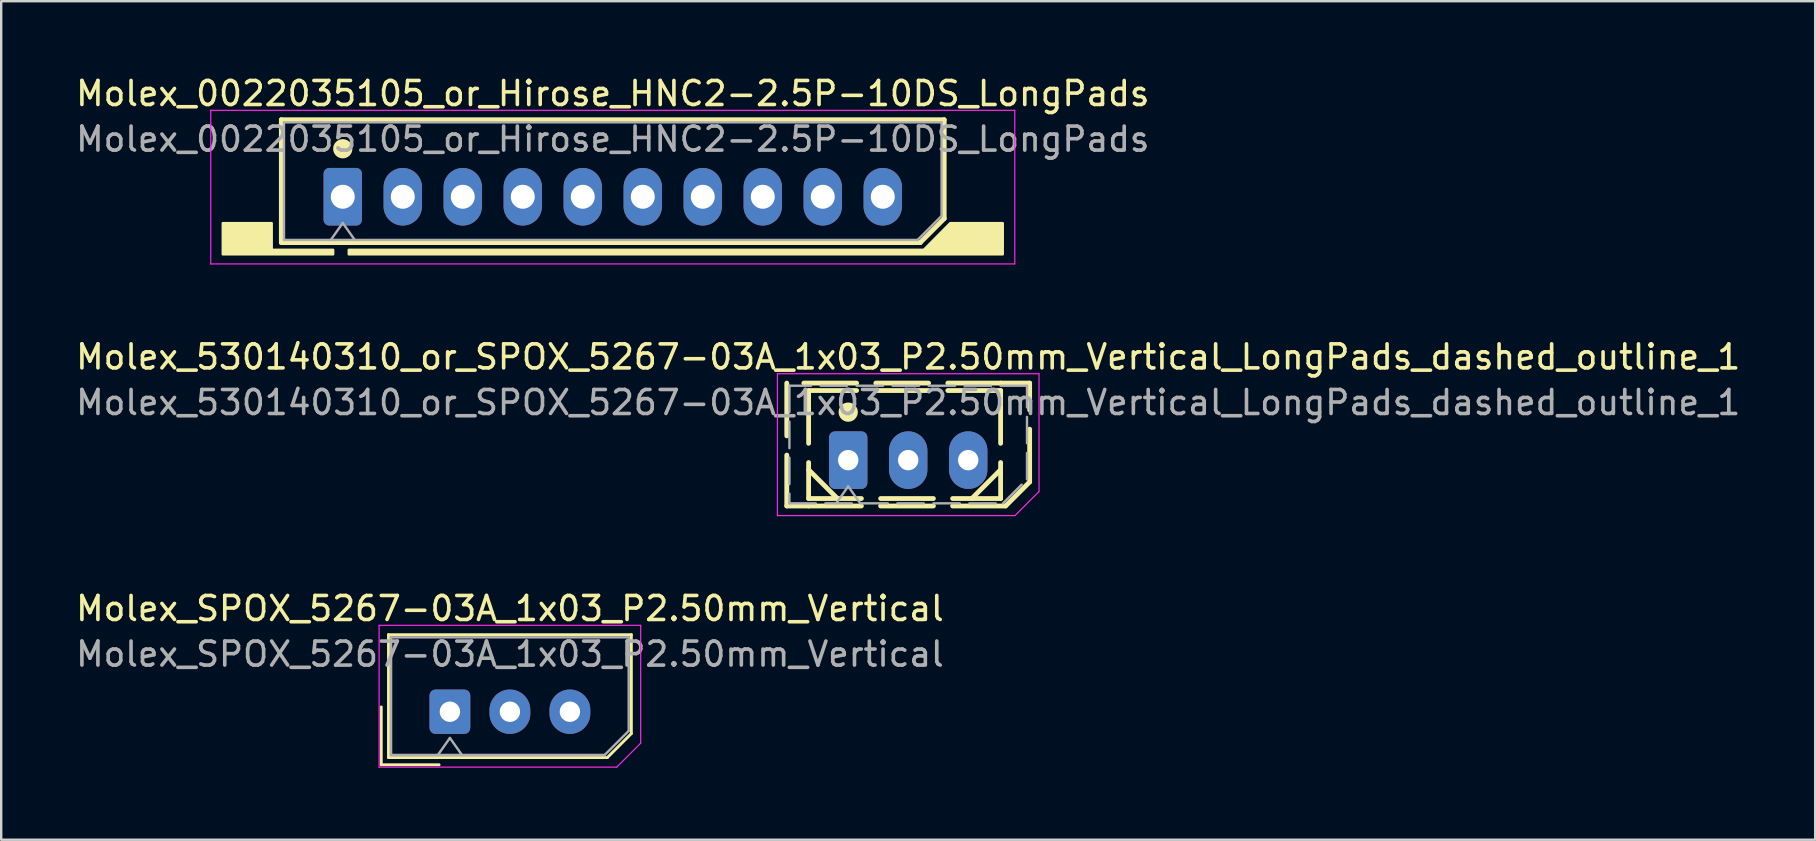
<source format=kicad_pcb>
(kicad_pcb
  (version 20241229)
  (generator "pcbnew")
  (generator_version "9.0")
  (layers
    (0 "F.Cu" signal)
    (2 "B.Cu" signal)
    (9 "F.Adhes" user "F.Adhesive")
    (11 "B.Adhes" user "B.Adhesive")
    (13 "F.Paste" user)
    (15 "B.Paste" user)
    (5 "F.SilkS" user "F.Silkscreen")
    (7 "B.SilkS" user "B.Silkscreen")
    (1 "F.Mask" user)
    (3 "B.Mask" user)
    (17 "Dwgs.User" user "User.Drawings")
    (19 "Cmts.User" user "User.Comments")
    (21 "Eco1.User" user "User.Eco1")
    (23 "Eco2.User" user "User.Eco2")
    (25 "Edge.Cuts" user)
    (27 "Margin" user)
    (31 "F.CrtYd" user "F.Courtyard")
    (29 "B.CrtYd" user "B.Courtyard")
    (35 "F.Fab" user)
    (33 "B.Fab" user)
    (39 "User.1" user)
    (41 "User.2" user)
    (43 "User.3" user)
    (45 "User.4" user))
  (footprint "Molex_0022035105_or_Hirose_HNC2-2.5P-10DS_LongPads"
    (layer "F.Cu")
    (at 11.232 5.148)
    (property "Reference" "Molex_0022035105_or_Hirose_HNC2-2.5P-10DS_LongPads" (at 11.25 -4.3 0) (layer "F.SilkS") (effects (font (size 1 1) (thickness 0.15))))
    (attr through_hole)
    (fp_line (start -2.56 -3.21) (end -2.56 1.91) (stroke (width 0.2) (type solid)) (layer "F.SilkS"))
    (fp_line (start -2.56 1.91) (end 24.06 1.91) (stroke (width 0.2) (type solid)) (layer "F.SilkS"))
    (fp_line (start 24.06 1.91) (end 25.06 0.91) (stroke (width 0.2) (type solid)) (layer "F.SilkS"))
    (fp_line (start 25.06 -3.21) (end -2.56 -3.21) (stroke (width 0.2) (type solid)) (layer "F.SilkS"))
    (fp_line (start 25.06 0.91) (end 25.06 -3.21) (stroke (width 0.2) (type solid)) (layer "F.SilkS"))
    (fp_circle (center 0 -2) (end 0.001 -2) (stroke (width 0.4) (type solid)) (fill no) (layer "F.SilkS"))
    (fp_poly (pts (xy -0.4 2.4) (xy -0.4 2.21) (xy -2.96 2.21) (xy -2.96 1.1) (xy -5 1.1) (xy -5 2.4)) (stroke (width 0.1) (type solid)) (fill yes) (layer "F.SilkS"))
    (fp_poly (pts (xy 27.5 1.1) (xy 25.31 1.1) (xy 24.21 2.21) (xy 0.25 2.21) (xy 0.25 2.4) (xy 27.5 2.4)) (stroke (width 0.1) (type solid)) (fill yes) (layer "F.SilkS"))
    (fp_line (start -5.5 -3.6) (end -5.5 2.8) (stroke (width 0.05) (type solid)) (layer "F.CrtYd"))
    (fp_line (start -5.5 2.8) (end 28 2.8) (stroke (width 0.05) (type solid)) (layer "F.CrtYd"))
    (fp_line (start 28 -3.6) (end -5.5 -3.6) (stroke (width 0.05) (type solid)) (layer "F.CrtYd"))
    (fp_line (start 28 2.8) (end 28 -3.6) (stroke (width 0.05) (type solid)) (layer "F.CrtYd"))
    (fp_line (start -2.45 -3.1) (end -2.45 1.8) (stroke (width 0.1) (type solid)) (layer "F.Fab"))
    (fp_line (start -2.45 1.8) (end 23.95 1.8) (stroke (width 0.1) (type solid)) (layer "F.Fab"))
    (fp_line (start -0.5 1.8) (end 0 1.093) (stroke (width 0.1) (type solid)) (layer "F.Fab"))
    (fp_line (start 0 1.093) (end 0.5 1.8) (stroke (width 0.1) (type solid)) (layer "F.Fab"))
    (fp_line (start 23.95 1.8) (end 24.95 0.8) (stroke (width 0.1) (type solid)) (layer "F.Fab"))
    (fp_line (start 24.95 -3.1) (end -2.45 -3.1) (stroke (width 0.1) (type solid)) (layer "F.Fab"))
    (fp_line (start 24.95 0.8) (end 24.95 -3.1) (stroke (width 0.1) (type solid)) (layer "F.Fab"))
    (fp_text user "${REFERENCE}" (at 11.25 -2.4 0) (layer "F.Fab") (effects (font (size 1 1) (thickness 0.15))))
    (pad "1" thru_hole roundrect (at 0 0) (size 1.6 2.4) (drill 1) (layers "*.Cu" "*.Mask") (roundrect_rratio 0.147))
    (pad "2" thru_hole oval (at 2.5 0) (size 1.6 2.4) (drill 1) (layers "*.Cu" "*.Mask"))
    (pad "3" thru_hole oval (at 5 0) (size 1.6 2.4) (drill 1) (layers "*.Cu" "*.Mask"))
    (pad "4" thru_hole oval (at 7.5 0) (size 1.6 2.4) (drill 1) (layers "*.Cu" "*.Mask"))
    (pad "5" thru_hole oval (at 10 0) (size 1.6 2.4) (drill 1) (layers "*.Cu" "*.Mask"))
    (pad "6" thru_hole oval (at 12.5 0) (size 1.6 2.4) (drill 1) (layers "*.Cu" "*.Mask"))
    (pad "7" thru_hole oval (at 15 0) (size 1.6 2.4) (drill 1) (layers "*.Cu" "*.Mask"))
    (pad "8" thru_hole oval (at 17.5 0) (size 1.6 2.4) (drill 1) (layers "*.Cu" "*.Mask"))
    (pad "9" thru_hole oval (at 20 0) (size 1.6 2.4) (drill 1) (layers "*.Cu" "*.Mask"))
    (pad "10" thru_hole oval (at 22.5 0) (size 1.6 2.4) (drill 1) (layers "*.Cu" "*.Mask")))
  (footprint "Molex_SPOX_5267-03A_1x03_P2.50mm_Vertical"
    (layer "F.Cu")
    (at 15.696 26.605)
    (property "Reference" "Molex_SPOX_5267-03A_1x03_P2.50mm_Vertical" (at 2.5 -4.3 0) (layer "F.SilkS") (effects (font (size 1 1) (thickness 0.15))))
    (attr through_hole)
    (fp_line (start -2.86 -0.2) (end -2.86 2.21) (stroke (width 0.12) (type solid)) (layer "F.SilkS"))
    (fp_line (start -2.86 2.21) (end -0.45 2.21) (stroke (width 0.12) (type solid)) (layer "F.SilkS"))
    (fp_line (start -2.56 -3.21) (end -2.56 1.91) (stroke (width 0.12) (type solid)) (layer "F.SilkS"))
    (fp_line (start -2.56 1.91) (end 6.56 1.91) (stroke (width 0.12) (type solid)) (layer "F.SilkS"))
    (fp_line (start 6.56 1.91) (end 7.56 0.91) (stroke (width 0.12) (type solid)) (layer "F.SilkS"))
    (fp_line (start 7.56 -3.21) (end -2.56 -3.21) (stroke (width 0.12) (type solid)) (layer "F.SilkS"))
    (fp_line (start 7.56 0.91) (end 7.56 -3.21) (stroke (width 0.12) (type solid)) (layer "F.SilkS"))
    (fp_line (start -2.95 -3.6) (end -2.95 2.31) (stroke (width 0.05) (type solid)) (layer "F.CrtYd"))
    (fp_line (start -2.95 2.31) (end 6.95 2.31) (stroke (width 0.05) (type solid)) (layer "F.CrtYd"))
    (fp_line (start 6.95 2.31) (end 7.95 1.31) (stroke (width 0.05) (type solid)) (layer "F.CrtYd"))
    (fp_line (start 7.95 -3.6) (end -2.95 -3.6) (stroke (width 0.05) (type solid)) (layer "F.CrtYd"))
    (fp_line (start 7.95 1.31) (end 7.95 -3.6) (stroke (width 0.05) (type solid)) (layer "F.CrtYd"))
    (fp_line (start -2.45 -3.1) (end -2.45 1.8) (stroke (width 0.1) (type solid)) (layer "F.Fab"))
    (fp_line (start -2.45 1.8) (end 6.45 1.8) (stroke (width 0.1) (type solid)) (layer "F.Fab"))
    (fp_line (start -0.5 1.8) (end 0 1.093) (stroke (width 0.1) (type solid)) (layer "F.Fab"))
    (fp_line (start 0 1.093) (end 0.5 1.8) (stroke (width 0.1) (type solid)) (layer "F.Fab"))
    (fp_line (start 6.45 1.8) (end 7.45 0.8) (stroke (width 0.1) (type solid)) (layer "F.Fab"))
    (fp_line (start 7.45 -3.1) (end -2.45 -3.1) (stroke (width 0.1) (type solid)) (layer "F.Fab"))
    (fp_line (start 7.45 0.8) (end 7.45 -3.1) (stroke (width 0.1) (type solid)) (layer "F.Fab"))
    (fp_text user "${REFERENCE}" (at 2.5 -2.4 0) (layer "F.Fab") (effects (font (size 1 1) (thickness 0.15))))
    (pad "1" thru_hole roundrect (at 0 0) (size 1.7 1.85) (drill 0.85) (layers "*.Cu" "*.Mask") (roundrect_rratio 0.147))
    (pad "2" thru_hole oval (at 2.5 0) (size 1.7 1.85) (drill 0.85) (layers "*.Cu" "*.Mask"))
    (pad "3" thru_hole oval (at 5 0) (size 1.7 1.85) (drill 0.85) (layers "*.Cu" "*.Mask")))
  (footprint "Molex_530140310_or_SPOX_5267-03A_1x03_P2.50mm_Vertical_LongPads_dashed_outline_1"
    (layer "F.Cu")
    (at 32.292 16.122)
    (property "Reference" "Molex_530140310_or_SPOX_5267-03A_1x03_P2.50mm_Vertical_LongPads_dashed_outline_1" (at 2.5 -4.3 0) (layer "F.SilkS") (effects (font (size 1 1) (thickness 0.15))))
    (attr through_hole)
    (fp_line (start -2.56 -3.21) (end -2.56 1.91) (stroke (width 0.2) (type dash)) (layer "F.SilkS"))
    (fp_line (start -2.56 1.91) (end -1.65 1.91) (stroke (width 0.2) (type dash)) (layer "F.SilkS"))
    (fp_line (start -1.65 -2.9) (end -1.65 1.6) (stroke (width 0.2) (type dash)) (layer "F.SilkS"))
    (fp_line (start -1.65 0.4) (end -0.45 1.6) (stroke (width 0.2) (type dash)) (layer "F.SilkS"))
    (fp_line (start -1.65 1.6) (end 6.35 1.6) (stroke (width 0.2) (type dash)) (layer "F.SilkS"))
    (fp_line (start -1.65 1.91) (end 6.56 1.91) (stroke (width 0.2) (type dash)) (layer "F.SilkS"))
    (fp_line (start 6.35 -3.21) (end -2.56 -3.21) (stroke (width 0.2) (type dash)) (layer "F.SilkS"))
    (fp_line (start 6.35 -2.9) (end -1.65 -2.9) (stroke (width 0.2) (type dash)) (layer "F.SilkS"))
    (fp_line (start 6.35 -2.9) (end 6.35 1.6) (stroke (width 0.2) (type dash)) (layer "F.SilkS"))
    (fp_line (start 6.35 0.4) (end 5.15 1.6) (stroke (width 0.2) (type dash)) (layer "F.SilkS"))
    (fp_line (start 6.56 1.91) (end 7.56 0.91) (stroke (width 0.2) (type dash)) (layer "F.SilkS"))
    (fp_line (start 7.56 -3.21) (end 6.35 -3.21) (stroke (width 0.2) (type dash)) (layer "F.SilkS"))
    (fp_line (start 7.56 0.91) (end 7.56 -3.21) (stroke (width 0.2) (type dash)) (layer "F.SilkS"))
    (fp_circle (center 0 -2) (end 0.001 -2) (stroke (width 0.4) (type solid)) (fill no) (layer "F.SilkS"))
    (fp_line (start -2.95 -3.6) (end -2.95 2.31) (stroke (width 0.05) (type solid)) (layer "F.CrtYd"))
    (fp_line (start -2.95 2.31) (end 6.95 2.31) (stroke (width 0.05) (type solid)) (layer "F.CrtYd"))
    (fp_line (start 7.95 -3.6) (end -2.95 -3.6) (stroke (width 0.05) (type solid)) (layer "F.CrtYd"))
    (fp_line (start 7.95 1.31) (end 6.95 2.31) (stroke (width 0.05) (type solid)) (layer "F.CrtYd"))
    (fp_line (start 7.95 1.31) (end 7.95 -3.6) (stroke (width 0.05) (type solid)) (layer "F.CrtYd"))
    (fp_line (start -2.45 -3.1) (end -2.45 1.8) (stroke (width 0.1) (type dash)) (layer "F.Fab"))
    (fp_line (start -2.45 1.8) (end 6.45 1.8) (stroke (width 0.1) (type dash)) (layer "F.Fab"))
    (fp_line (start -0.5 1.8) (end 0 1.093) (stroke (width 0.1) (type solid)) (layer "F.Fab"))
    (fp_line (start 0 1.093) (end 0.5 1.8) (stroke (width 0.1) (type solid)) (layer "F.Fab"))
    (fp_line (start 6.45 1.8) (end 7.45 0.8) (stroke (width 0.1) (type dash)) (layer "F.Fab"))
    (fp_line (start 7.45 -3.1) (end -2.45 -3.1) (stroke (width 0.1) (type dash)) (layer "F.Fab"))
    (fp_line (start 7.45 0.8) (end 7.45 -3.1) (stroke (width 0.1) (type dash)) (layer "F.Fab"))
    (fp_text user "${REFERENCE}" (at 2.5 -2.4 0) (layer "F.Fab") (effects (font (size 1 1) (thickness 0.15))))
    (pad "1" thru_hole roundrect (at 0 0) (size 1.6 2.4) (drill 0.85) (layers "*.Cu" "*.Mask") (roundrect_rratio 0.156))
    (pad "2" thru_hole oval (at 2.5 0) (size 1.6 2.4) (drill 0.85) (layers "*.Cu" "*.Mask"))
    (pad "3" thru_hole oval (at 5 0) (size 1.6 2.4) (drill 0.85) (layers "*.Cu" "*.Mask")))
  (gr_rect
    (start -3 -3)
    (end 72.583 31.94)
    (stroke (width 0.1) (type default))
    (fill no)
    (layer "Edge.Cuts")))
</source>
